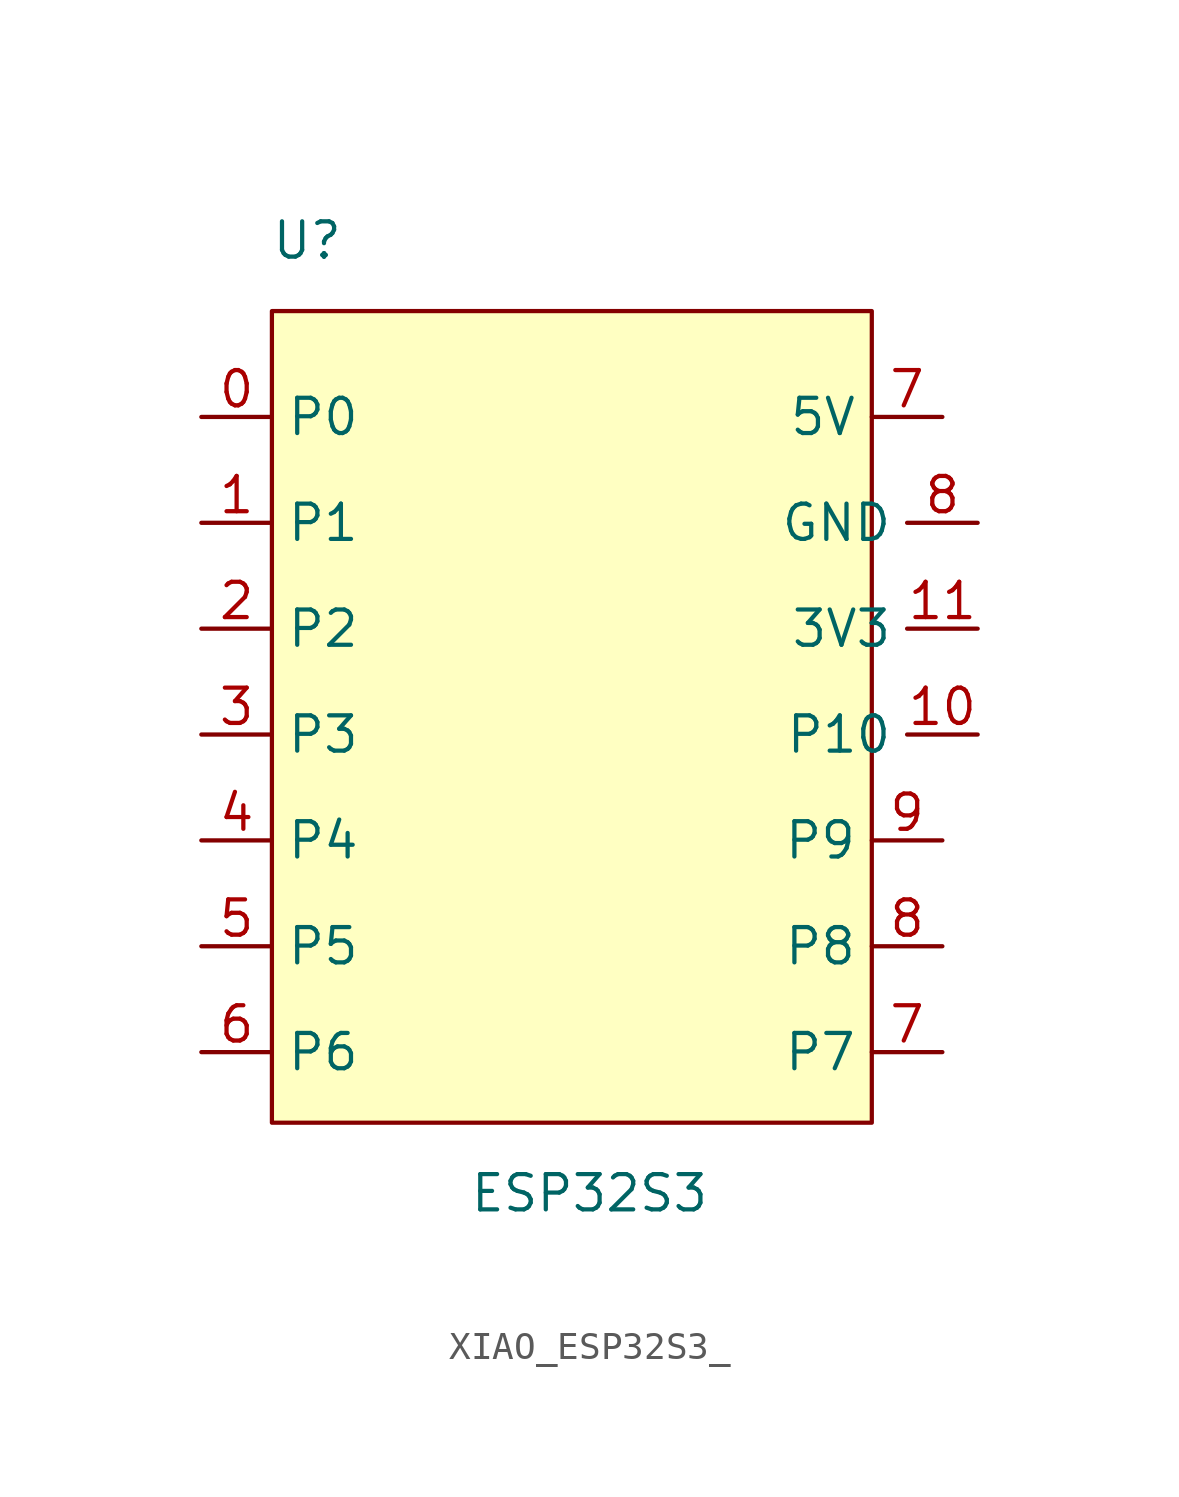
<source format=kicad_sym>
(kicad_symbol_lib
  (version 20220914)
  (generator kicad_symbol_editor)
  (symbol "XIAO_ESP32S3_"
    (property "Reference" "U"
      (at 2.54 7.62 0)
      (effects (font (size 1.27 1.27))))
    (property "Value" "ESP32S3"
      (at 12.7 -26.67 0)
      (effects (font (size 1.27 1.27))))
    (symbol "XIAO_ESP32S3__1_1"
      (rectangle (start 1.27 5.08) (end 22.86 -24.13) (stroke (width 0) (type default)) (fill (type background)))
      (pin bidirectional line (at -1.27 1.27 0) (length 2.54) (name "P0" (effects (font (size 1.27 1.27)))) (number "0" (effects (font (size 1.27 1.27)))))
      (pin bidirectional line (at -1.27 -2.54 0) (length 2.54) (name "P1" (effects (font (size 1.27 1.27)))) (number "1" (effects (font (size 1.27 1.27)))))
      (pin bidirectional line (at 26.67 -10.16 180) (length 2.54) (name "P10" (effects (font (size 1.27 1.27)))) (number "10" (effects (font (size 1.27 1.27)))))
      (pin power_in line (at 26.67 -6.35 180) (length 2.54) (name "3V3" (effects (font (size 1.27 1.27)))) (number "11" (effects (font (size 1.27 1.27)))))
      (pin bidirectional line (at -1.27 -6.35 0) (length 2.54) (name "P2" (effects (font (size 1.27 1.27)))) (number "2" (effects (font (size 1.27 1.27)))))
      (pin bidirectional line (at -1.27 -10.16 0) (length 2.54) (name "P3" (effects (font (size 1.27 1.27)))) (number "3" (effects (font (size 1.27 1.27)))))
      (pin bidirectional line (at -1.27 -13.97 0) (length 2.54) (name "P4" (effects (font (size 1.27 1.27)))) (number "4" (effects (font (size 1.27 1.27)))))
      (pin bidirectional line (at -1.27 -17.78 0) (length 2.54) (name "P5" (effects (font (size 1.27 1.27)))) (number "5" (effects (font (size 1.27 1.27)))))
      (pin bidirectional line (at -1.27 -21.59 0) (length 2.54) (name "P6" (effects (font (size 1.27 1.27)))) (number "6" (effects (font (size 1.27 1.27)))))
      (pin power_in line (at 25.4 1.27 180) (length 2.54) (name "5V" (effects (font (size 1.27 1.27)))) (number "7" (effects (font (size 1.27 1.27)))))
      (pin bidirectional line (at 25.4 -21.59 180) (length 2.54) (name "P7" (effects (font (size 1.27 1.27)))) (number "7" (effects (font (size 1.27 1.27)))))
      (pin power_in line (at 26.67 -2.54 180) (length 2.54) (name "GND" (effects (font (size 1.27 1.27)))) (number "8" (effects (font (size 1.27 1.27)))))
      (pin bidirectional line (at 25.4 -17.78 180) (length 2.54) (name "P8" (effects (font (size 1.27 1.27)))) (number "8" (effects (font (size 1.27 1.27)))))
      (pin bidirectional line (at 25.4 -13.97 180) (length 2.54) (name "P9" (effects (font (size 1.27 1.27)))) (number "9" (effects (font (size 1.27 1.27))))))))
</source>
